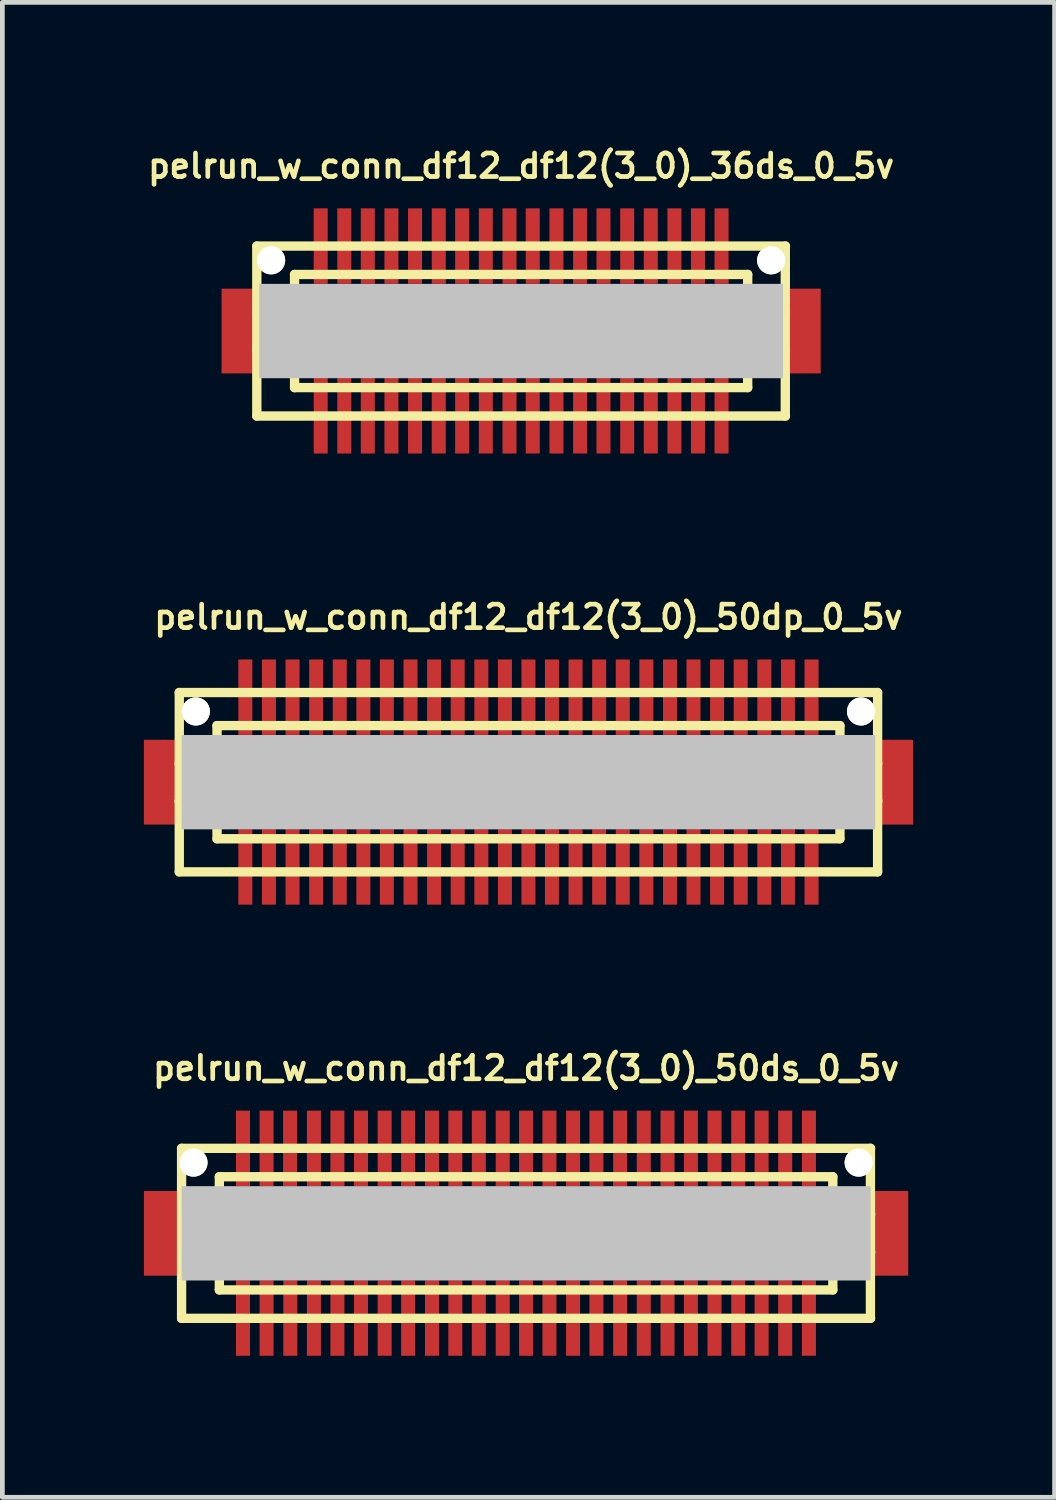
<source format=kicad_pcb>
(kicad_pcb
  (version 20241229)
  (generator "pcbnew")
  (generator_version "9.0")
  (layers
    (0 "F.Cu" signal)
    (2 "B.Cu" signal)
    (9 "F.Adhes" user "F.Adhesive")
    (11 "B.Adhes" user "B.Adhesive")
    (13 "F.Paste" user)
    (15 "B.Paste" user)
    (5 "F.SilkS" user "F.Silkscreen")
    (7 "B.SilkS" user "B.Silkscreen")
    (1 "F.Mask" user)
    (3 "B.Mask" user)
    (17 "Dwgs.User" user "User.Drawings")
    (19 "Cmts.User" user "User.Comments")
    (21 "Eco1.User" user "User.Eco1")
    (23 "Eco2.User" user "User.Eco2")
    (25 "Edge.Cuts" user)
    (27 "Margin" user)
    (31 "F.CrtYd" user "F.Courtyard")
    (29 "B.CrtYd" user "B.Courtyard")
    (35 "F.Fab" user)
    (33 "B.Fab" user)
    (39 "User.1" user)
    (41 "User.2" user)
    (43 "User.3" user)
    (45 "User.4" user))
  (footprint "pelrun_w_conn_df12_df12(3_0)_50ds_0_5v"
    (layer "F.Cu")
    (at 8.098 23.085)
    (property "Reference" "pelrun_w_conn_df12_df12(3_0)_50ds_0_5v" (at 0 -3.5 0) (layer "F.SilkS") (effects (font (size 0.498 0.498) (thickness 0.099))))
    (attr through_hole)
    (fp_line (start -7.3 1.801) (end -7.3 -1.801) (stroke (width 0.198) (type solid)) (layer "F.SilkS"))
    (fp_line (start -7.3 1.801) (end 7.3 1.801) (stroke (width 0.198) (type solid)) (layer "F.SilkS"))
    (fp_line (start -6.5 -1.199) (end 6.5 -1.199) (stroke (width 0.198) (type solid)) (layer "F.SilkS"))
    (fp_line (start -6.5 -0.701) (end 6.5 -0.701) (stroke (width 0.198) (type solid)) (layer "F.SilkS"))
    (fp_line (start -6.5 -0.399) (end -7.3 -0.399) (stroke (width 0.198) (type solid)) (layer "F.SilkS"))
    (fp_line (start -6.5 0.399) (end -7.3 0.399) (stroke (width 0.198) (type solid)) (layer "F.SilkS"))
    (fp_line (start -6.5 0.701) (end 6.5 0.701) (stroke (width 0.198) (type solid)) (layer "F.SilkS"))
    (fp_line (start -6.5 1.199) (end -6.5 -1.199) (stroke (width 0.198) (type solid)) (layer "F.SilkS"))
    (fp_line (start 6.5 -1.199) (end 6.5 1.199) (stroke (width 0.198) (type solid)) (layer "F.SilkS"))
    (fp_line (start 6.5 1.199) (end -6.5 1.199) (stroke (width 0.198) (type solid)) (layer "F.SilkS"))
    (fp_line (start 6.502 -0.399) (end 7.303 -0.399) (stroke (width 0.198) (type solid)) (layer "F.SilkS"))
    (fp_line (start 7.297 -1.801) (end 7.297 1.801) (stroke (width 0.198) (type solid)) (layer "F.SilkS"))
    (fp_line (start 7.3 -1.801) (end -7.3 -1.801) (stroke (width 0.198) (type solid)) (layer "F.SilkS"))
    (fp_line (start 7.303 0.399) (end 6.502 0.399) (stroke (width 0.198) (type solid)) (layer "F.SilkS"))
    (pad "" smd rect (at -7.699 0) (size 0.798 1.796) (layers "F.Cu" "F.Mask" "F.Paste"))
    (pad "" np_thru_hole circle (at -7.048 -1.499) (size 0.597 0.597) (drill 0.597) (layers "*.Cu" "*.Mask" "F.SilkS"))
    (pad "" smd rect (at 0 0) (size 14.6 1.999) (layers "Dwgs.User"))
    (pad "" np_thru_hole circle (at 7.048 -1.499) (size 0.597 0.597) (drill 0.597) (layers "*.Cu" "*.Mask" "F.SilkS"))
    (pad "" smd rect (at 7.699 0) (size 0.798 1.796) (layers "F.Cu" "F.Mask" "F.Paste"))
    (pad "1" smd rect (at -5.999 1.796) (size 0.297 1.598) (layers "F.Cu" "F.Mask" "F.Paste"))
    (pad "2" smd rect (at -5.499 1.796) (size 0.297 1.598) (layers "F.Cu" "F.Mask" "F.Paste"))
    (pad "3" smd rect (at -4.996 1.796) (size 0.297 1.598) (layers "F.Cu" "F.Mask" "F.Paste"))
    (pad "4" smd rect (at -4.496 1.796) (size 0.297 1.598) (layers "F.Cu" "F.Mask" "F.Paste"))
    (pad "5" smd rect (at -3.998 1.796) (size 0.297 1.598) (layers "F.Cu" "F.Mask" "F.Paste"))
    (pad "6" smd rect (at -3.498 1.796) (size 0.297 1.598) (layers "F.Cu" "F.Mask" "F.Paste"))
    (pad "7" smd rect (at -2.997 1.796) (size 0.297 1.598) (layers "F.Cu" "F.Mask" "F.Paste"))
    (pad "8" smd rect (at -2.499 1.796) (size 0.297 1.598) (layers "F.Cu" "F.Mask" "F.Paste"))
    (pad "9" smd rect (at -1.994 1.796) (size 0.297 1.598) (layers "F.Cu" "F.Mask" "F.Paste"))
    (pad "10" smd rect (at -1.499 1.796) (size 0.297 1.598) (layers "F.Cu" "F.Mask" "F.Paste"))
    (pad "11" smd rect (at -1.001 1.796) (size 0.297 1.598) (layers "F.Cu" "F.Mask" "F.Paste"))
    (pad "12" smd rect (at -0.495 1.796) (size 0.297 1.598) (layers "F.Cu" "F.Mask" "F.Paste"))
    (pad "13" smd rect (at 0 1.796) (size 0.297 1.598) (layers "F.Cu" "F.Mask" "F.Paste"))
    (pad "14" smd rect (at 0.495 1.796) (size 0.297 1.598) (layers "F.Cu" "F.Mask" "F.Paste"))
    (pad "15" smd rect (at 0.996 1.796) (size 0.297 1.598) (layers "F.Cu" "F.Mask" "F.Paste"))
    (pad "16" smd rect (at 1.491 1.796) (size 0.297 1.598) (layers "F.Cu" "F.Mask" "F.Paste"))
    (pad "17" smd rect (at 1.994 1.796) (size 0.297 1.598) (layers "F.Cu" "F.Mask" "F.Paste"))
    (pad "18" smd rect (at 2.494 1.796) (size 0.297 1.598) (layers "F.Cu" "F.Mask" "F.Paste"))
    (pad "19" smd rect (at 2.997 1.796) (size 0.297 1.598) (layers "F.Cu" "F.Mask" "F.Paste"))
    (pad "20" smd rect (at 3.493 1.796) (size 0.297 1.598) (layers "F.Cu" "F.Mask" "F.Paste"))
    (pad "21" smd rect (at 3.993 1.796) (size 0.297 1.598) (layers "F.Cu" "F.Mask" "F.Paste"))
    (pad "22" smd rect (at 4.496 1.796) (size 0.297 1.598) (layers "F.Cu" "F.Mask" "F.Paste"))
    (pad "23" smd rect (at 4.991 1.796) (size 0.297 1.598) (layers "F.Cu" "F.Mask" "F.Paste"))
    (pad "24" smd rect (at 5.491 1.796) (size 0.297 1.598) (layers "F.Cu" "F.Mask" "F.Paste"))
    (pad "25" smd rect (at 5.994 1.796) (size 0.297 1.598) (layers "F.Cu" "F.Mask" "F.Paste"))
    (pad "26" smd rect (at 5.994 -1.801) (size 0.297 1.598) (layers "F.Cu" "F.Mask" "F.Paste"))
    (pad "27" smd rect (at 5.491 -1.801) (size 0.297 1.598) (layers "F.Cu" "F.Mask" "F.Paste"))
    (pad "28" smd rect (at 4.991 -1.801) (size 0.297 1.598) (layers "F.Cu" "F.Mask" "F.Paste"))
    (pad "29" smd rect (at 4.496 -1.801) (size 0.297 1.598) (layers "F.Cu" "F.Mask" "F.Paste"))
    (pad "30" smd rect (at 3.993 -1.801) (size 0.297 1.598) (layers "F.Cu" "F.Mask" "F.Paste"))
    (pad "31" smd rect (at 3.493 -1.801) (size 0.297 1.598) (layers "F.Cu" "F.Mask" "F.Paste"))
    (pad "32" smd rect (at 2.997 -1.801) (size 0.297 1.598) (layers "F.Cu" "F.Mask" "F.Paste"))
    (pad "33" smd rect (at 2.494 -1.801) (size 0.297 1.598) (layers "F.Cu" "F.Mask" "F.Paste"))
    (pad "34" smd rect (at 1.994 -1.801) (size 0.297 1.598) (layers "F.Cu" "F.Mask" "F.Paste"))
    (pad "35" smd rect (at 1.491 -1.801) (size 0.297 1.598) (layers "F.Cu" "F.Mask" "F.Paste"))
    (pad "36" smd rect (at 0.996 -1.801) (size 0.297 1.598) (layers "F.Cu" "F.Mask" "F.Paste"))
    (pad "37" smd rect (at 0.495 -1.801) (size 0.297 1.598) (layers "F.Cu" "F.Mask" "F.Paste"))
    (pad "38" smd rect (at 0 -1.801) (size 0.297 1.598) (layers "F.Cu" "F.Mask" "F.Paste"))
    (pad "39" smd rect (at -0.495 -1.801) (size 0.297 1.598) (layers "F.Cu" "F.Mask" "F.Paste"))
    (pad "40" smd rect (at -1.001 -1.801) (size 0.297 1.598) (layers "F.Cu" "F.Mask" "F.Paste"))
    (pad "41" smd rect (at -1.499 -1.801) (size 0.297 1.598) (layers "F.Cu" "F.Mask" "F.Paste"))
    (pad "42" smd rect (at -1.994 -1.801) (size 0.297 1.598) (layers "F.Cu" "F.Mask" "F.Paste"))
    (pad "43" smd rect (at -2.499 -1.801) (size 0.297 1.598) (layers "F.Cu" "F.Mask" "F.Paste"))
    (pad "44" smd rect (at -2.997 -1.801) (size 0.297 1.598) (layers "F.Cu" "F.Mask" "F.Paste"))
    (pad "45" smd rect (at -3.498 -1.801) (size 0.297 1.598) (layers "F.Cu" "F.Mask" "F.Paste"))
    (pad "46" smd rect (at -3.998 -1.801) (size 0.297 1.598) (layers "F.Cu" "F.Mask" "F.Paste"))
    (pad "47" smd rect (at -4.496 -1.801) (size 0.297 1.598) (layers "F.Cu" "F.Mask" "F.Paste"))
    (pad "48" smd rect (at -5.001 -1.801) (size 0.297 1.598) (layers "F.Cu" "F.Mask" "F.Paste"))
    (pad "49" smd rect (at -5.499 -1.801) (size 0.297 1.598) (layers "F.Cu" "F.Mask" "F.Paste"))
    (pad "50" smd rect (at -5.999 -1.801) (size 0.297 1.598) (layers "F.Cu" "F.Mask" "F.Paste")))
  (footprint "pelrun_w_conn_df12_df12(3_0)_50dp_0_5v"
    (layer "F.Cu")
    (at 8.148 13.525)
    (property "Reference" "pelrun_w_conn_df12_df12(3_0)_50dp_0_5v" (at 0 -3.5 0) (layer "F.SilkS") (effects (font (size 0.498 0.498) (thickness 0.099))))
    (attr through_hole)
    (fp_line (start -7.399 -1.9) (end -7.399 1.9) (stroke (width 0.198) (type solid)) (layer "F.SilkS"))
    (fp_line (start -7.399 1.9) (end 7.399 1.9) (stroke (width 0.198) (type solid)) (layer "F.SilkS"))
    (fp_line (start -6.601 -0.399) (end -7.402 -0.399) (stroke (width 0.198) (type solid)) (layer "F.SilkS"))
    (fp_line (start -6.601 0.399) (end -7.402 0.399) (stroke (width 0.198) (type solid)) (layer "F.SilkS"))
    (fp_line (start -6.599 -1.199) (end 6.599 -1.199) (stroke (width 0.198) (type solid)) (layer "F.SilkS"))
    (fp_line (start -6.599 1.199) (end -6.599 -1.199) (stroke (width 0.198) (type solid)) (layer "F.SilkS"))
    (fp_line (start 6.599 1.199) (end -6.599 1.199) (stroke (width 0.198) (type solid)) (layer "F.SilkS"))
    (fp_line (start 6.601 -1.199) (end 6.601 1.199) (stroke (width 0.198) (type solid)) (layer "F.SilkS"))
    (fp_line (start 6.601 -0.399) (end 7.402 -0.399) (stroke (width 0.198) (type solid)) (layer "F.SilkS"))
    (fp_line (start 7.399 -1.9) (end -7.399 -1.9) (stroke (width 0.198) (type solid)) (layer "F.SilkS"))
    (fp_line (start 7.399 1.9) (end 7.399 -1.9) (stroke (width 0.198) (type solid)) (layer "F.SilkS"))
    (fp_line (start 7.404 0.399) (end 6.604 0.399) (stroke (width 0.198) (type solid)) (layer "F.SilkS"))
    (pad "" smd rect (at -7.75 0) (size 0.798 1.796) (layers "F.Cu" "F.Mask" "F.Paste"))
    (pad "" np_thru_hole circle (at -7.048 -1.499) (size 0.597 0.597) (drill 0.597) (layers "*.Cu" "*.Mask" "F.SilkS"))
    (pad "" smd rect (at 0 0) (size 14.699 1.999) (layers "Dwgs.User"))
    (pad "" np_thru_hole circle (at 7.048 -1.499) (size 0.597 0.597) (drill 0.597) (layers "*.Cu" "*.Mask" "F.SilkS"))
    (pad "" smd rect (at 7.75 0) (size 0.798 1.796) (layers "F.Cu" "F.Mask" "F.Paste"))
    (pad "1" smd rect (at 5.999 1.796) (size 0.297 1.598) (layers "F.Cu" "F.Mask" "F.Paste"))
    (pad "2" smd rect (at 5.499 1.796) (size 0.297 1.598) (layers "F.Cu" "F.Mask" "F.Paste"))
    (pad "3" smd rect (at 4.999 1.796) (size 0.297 1.598) (layers "F.Cu" "F.Mask" "F.Paste"))
    (pad "4" smd rect (at 4.498 1.796) (size 0.297 1.598) (layers "F.Cu" "F.Mask" "F.Paste"))
    (pad "5" smd rect (at 3.998 1.796) (size 0.297 1.598) (layers "F.Cu" "F.Mask" "F.Paste"))
    (pad "6" smd rect (at 3.498 1.796) (size 0.297 1.598) (layers "F.Cu" "F.Mask" "F.Paste"))
    (pad "7" smd rect (at 3 1.796) (size 0.297 1.598) (layers "F.Cu" "F.Mask" "F.Paste"))
    (pad "8" smd rect (at 2.499 1.796) (size 0.297 1.598) (layers "F.Cu" "F.Mask" "F.Paste"))
    (pad "9" smd rect (at 1.999 1.796) (size 0.297 1.598) (layers "F.Cu" "F.Mask" "F.Paste"))
    (pad "10" smd rect (at 1.499 1.796) (size 0.297 1.598) (layers "F.Cu" "F.Mask" "F.Paste"))
    (pad "11" smd rect (at 0.998 1.796) (size 0.297 1.598) (layers "F.Cu" "F.Mask" "F.Paste"))
    (pad "12" smd rect (at 0.498 1.796) (size 0.297 1.598) (layers "F.Cu" "F.Mask" "F.Paste"))
    (pad "13" smd rect (at 0 1.796) (size 0.297 1.598) (layers "F.Cu" "F.Mask" "F.Paste"))
    (pad "14" smd rect (at -0.498 1.796) (size 0.297 1.598) (layers "F.Cu" "F.Mask" "F.Paste"))
    (pad "15" smd rect (at -0.998 1.796) (size 0.297 1.598) (layers "F.Cu" "F.Mask" "F.Paste"))
    (pad "16" smd rect (at -1.499 1.796) (size 0.297 1.598) (layers "F.Cu" "F.Mask" "F.Paste"))
    (pad "17" smd rect (at -1.999 1.796) (size 0.297 1.598) (layers "F.Cu" "F.Mask" "F.Paste"))
    (pad "18" smd rect (at -2.499 1.796) (size 0.297 1.598) (layers "F.Cu" "F.Mask" "F.Paste"))
    (pad "19" smd rect (at -3 1.796) (size 0.297 1.598) (layers "F.Cu" "F.Mask" "F.Paste"))
    (pad "20" smd rect (at -3.498 1.796) (size 0.297 1.598) (layers "F.Cu" "F.Mask" "F.Paste"))
    (pad "21" smd rect (at -3.998 1.796) (size 0.297 1.598) (layers "F.Cu" "F.Mask" "F.Paste"))
    (pad "22" smd rect (at -4.498 1.796) (size 0.297 1.598) (layers "F.Cu" "F.Mask" "F.Paste"))
    (pad "23" smd rect (at -4.999 1.796) (size 0.297 1.598) (layers "F.Cu" "F.Mask" "F.Paste"))
    (pad "24" smd rect (at -5.499 1.796) (size 0.297 1.598) (layers "F.Cu" "F.Mask" "F.Paste"))
    (pad "25" smd rect (at -5.999 1.796) (size 0.297 1.598) (layers "F.Cu" "F.Mask" "F.Paste"))
    (pad "26" smd rect (at -5.999 -1.801) (size 0.297 1.598) (layers "F.Cu" "F.Mask" "F.Paste"))
    (pad "27" smd rect (at -5.499 -1.801) (size 0.297 1.598) (layers "F.Cu" "F.Mask" "F.Paste"))
    (pad "28" smd rect (at -4.999 -1.801) (size 0.297 1.598) (layers "F.Cu" "F.Mask" "F.Paste"))
    (pad "29" smd rect (at -4.498 -1.801) (size 0.297 1.598) (layers "F.Cu" "F.Mask" "F.Paste"))
    (pad "30" smd rect (at -3.998 -1.801) (size 0.297 1.598) (layers "F.Cu" "F.Mask" "F.Paste"))
    (pad "31" smd rect (at -3.498 -1.801) (size 0.297 1.598) (layers "F.Cu" "F.Mask" "F.Paste"))
    (pad "32" smd rect (at -3 -1.801) (size 0.297 1.598) (layers "F.Cu" "F.Mask" "F.Paste"))
    (pad "33" smd rect (at -2.499 -1.801) (size 0.297 1.598) (layers "F.Cu" "F.Mask" "F.Paste"))
    (pad "34" smd rect (at -1.999 -1.801) (size 0.297 1.598) (layers "F.Cu" "F.Mask" "F.Paste"))
    (pad "35" smd rect (at -1.499 -1.801) (size 0.297 1.598) (layers "F.Cu" "F.Mask" "F.Paste"))
    (pad "36" smd rect (at -0.998 -1.801) (size 0.297 1.598) (layers "F.Cu" "F.Mask" "F.Paste"))
    (pad "37" smd rect (at -0.498 -1.801) (size 0.297 1.598) (layers "F.Cu" "F.Mask" "F.Paste"))
    (pad "38" smd rect (at 0 -1.801) (size 0.297 1.598) (layers "F.Cu" "F.Mask" "F.Paste"))
    (pad "39" smd rect (at 0.498 -1.801) (size 0.297 1.598) (layers "F.Cu" "F.Mask" "F.Paste"))
    (pad "40" smd rect (at 0.998 -1.801) (size 0.297 1.598) (layers "F.Cu" "F.Mask" "F.Paste"))
    (pad "41" smd rect (at 1.499 -1.801) (size 0.297 1.598) (layers "F.Cu" "F.Mask" "F.Paste"))
    (pad "42" smd rect (at 1.999 -1.801) (size 0.297 1.598) (layers "F.Cu" "F.Mask" "F.Paste"))
    (pad "43" smd rect (at 2.499 -1.801) (size 0.297 1.598) (layers "F.Cu" "F.Mask" "F.Paste"))
    (pad "44" smd rect (at 3 -1.801) (size 0.297 1.598) (layers "F.Cu" "F.Mask" "F.Paste"))
    (pad "45" smd rect (at 3.498 -1.801) (size 0.297 1.598) (layers "F.Cu" "F.Mask" "F.Paste"))
    (pad "46" smd rect (at 3.998 -1.801) (size 0.297 1.598) (layers "F.Cu" "F.Mask" "F.Paste"))
    (pad "47" smd rect (at 4.498 -1.801) (size 0.297 1.598) (layers "F.Cu" "F.Mask" "F.Paste"))
    (pad "48" smd rect (at 4.999 -1.801) (size 0.297 1.598) (layers "F.Cu" "F.Mask" "F.Paste"))
    (pad "49" smd rect (at 5.499 -1.801) (size 0.297 1.598) (layers "F.Cu" "F.Mask" "F.Paste"))
    (pad "50" smd rect (at 5.999 -1.801) (size 0.297 1.598) (layers "F.Cu" "F.Mask" "F.Paste")))
  (footprint "pelrun_w_conn_df12_df12(3_0)_36ds_0_5v"
    (layer "F.Cu")
    (at 7.993 3.965)
    (property "Reference" "pelrun_w_conn_df12_df12(3_0)_36ds_0_5v" (at 0 -3.5 0) (layer "F.SilkS") (effects (font (size 0.498 0.498) (thickness 0.099))))
    (attr through_hole)
    (fp_line (start -5.601 -1.801) (end 5.601 -1.801) (stroke (width 0.198) (type solid)) (layer "F.SilkS"))
    (fp_line (start -5.601 1.801) (end -5.601 -1.801) (stroke (width 0.198) (type solid)) (layer "F.SilkS"))
    (fp_line (start -5.601 1.801) (end 5.601 1.801) (stroke (width 0.198) (type solid)) (layer "F.SilkS"))
    (fp_line (start -4.801 -1.199) (end 4.801 -1.199) (stroke (width 0.198) (type solid)) (layer "F.SilkS"))
    (fp_line (start -4.801 -0.701) (end 4.801 -0.701) (stroke (width 0.198) (type solid)) (layer "F.SilkS"))
    (fp_line (start -4.801 -0.399) (end -5.601 -0.399) (stroke (width 0.198) (type solid)) (layer "F.SilkS"))
    (fp_line (start -4.801 0.399) (end -5.601 0.399) (stroke (width 0.198) (type solid)) (layer "F.SilkS"))
    (fp_line (start -4.801 0.701) (end 4.801 0.701) (stroke (width 0.198) (type solid)) (layer "F.SilkS"))
    (fp_line (start -4.801 1.199) (end -4.801 -1.199) (stroke (width 0.198) (type solid)) (layer "F.SilkS"))
    (fp_line (start -4.801 1.199) (end 4.801 1.199) (stroke (width 0.198) (type solid)) (layer "F.SilkS"))
    (fp_line (start 4.801 -1.199) (end 4.801 1.199) (stroke (width 0.198) (type solid)) (layer "F.SilkS"))
    (fp_line (start 4.801 -0.399) (end 5.601 -0.399) (stroke (width 0.198) (type solid)) (layer "F.SilkS"))
    (fp_line (start 5.598 -1.801) (end 5.598 1.801) (stroke (width 0.198) (type solid)) (layer "F.SilkS"))
    (fp_line (start 5.601 0.399) (end 4.801 0.399) (stroke (width 0.198) (type solid)) (layer "F.SilkS"))
    (pad "" smd rect (at -5.949 0) (size 0.798 1.796) (layers "F.Cu" "F.Mask" "F.Paste"))
    (pad "" np_thru_hole circle (at -5.298 -1.499) (size 0.597 0.597) (drill 0.597) (layers "*.Cu" "*.Mask" "F.SilkS"))
    (pad "" smd rect (at 0 0) (size 11.1 1.999) (layers "Dwgs.User"))
    (pad "" np_thru_hole circle (at 5.298 -1.499) (size 0.597 0.597) (drill 0.597) (layers "*.Cu" "*.Mask" "F.SilkS"))
    (pad "" smd rect (at 5.949 0) (size 0.798 1.796) (layers "F.Cu" "F.Mask" "F.Paste"))
    (pad "1" smd rect (at -4.247 1.796) (size 0.297 1.598) (layers "F.Cu" "F.Mask" "F.Paste"))
    (pad "2" smd rect (at -3.747 1.796) (size 0.297 1.598) (layers "F.Cu" "F.Mask" "F.Paste"))
    (pad "3" smd rect (at -3.249 1.796) (size 0.297 1.598) (layers "F.Cu" "F.Mask" "F.Paste"))
    (pad "4" smd rect (at -2.748 1.796) (size 0.297 1.598) (layers "F.Cu" "F.Mask" "F.Paste"))
    (pad "5" smd rect (at -2.248 1.796) (size 0.297 1.598) (layers "F.Cu" "F.Mask" "F.Paste"))
    (pad "6" smd rect (at -1.745 1.796) (size 0.297 1.598) (layers "F.Cu" "F.Mask" "F.Paste"))
    (pad "7" smd rect (at -1.25 1.796) (size 0.297 1.598) (layers "F.Cu" "F.Mask" "F.Paste"))
    (pad "8" smd rect (at -0.749 1.796) (size 0.297 1.598) (layers "F.Cu" "F.Mask" "F.Paste"))
    (pad "9" smd rect (at -0.246 1.796) (size 0.297 1.598) (layers "F.Cu" "F.Mask" "F.Paste"))
    (pad "10" smd rect (at 0.246 1.796) (size 0.297 1.598) (layers "F.Cu" "F.Mask" "F.Paste"))
    (pad "11" smd rect (at 0.749 1.796) (size 0.297 1.598) (layers "F.Cu" "F.Mask" "F.Paste"))
    (pad "12" smd rect (at 1.25 1.796) (size 0.297 1.598) (layers "F.Cu" "F.Mask" "F.Paste"))
    (pad "13" smd rect (at 1.745 1.796) (size 0.297 1.598) (layers "F.Cu" "F.Mask" "F.Paste"))
    (pad "14" smd rect (at 2.248 1.796) (size 0.297 1.598) (layers "F.Cu" "F.Mask" "F.Paste"))
    (pad "15" smd rect (at 2.748 1.796) (size 0.297 1.598) (layers "F.Cu" "F.Mask" "F.Paste"))
    (pad "16" smd rect (at 3.249 1.796) (size 0.297 1.598) (layers "F.Cu" "F.Mask" "F.Paste"))
    (pad "17" smd rect (at 3.747 1.796) (size 0.297 1.598) (layers "F.Cu" "F.Mask" "F.Paste"))
    (pad "18" smd rect (at 4.247 1.796) (size 0.297 1.598) (layers "F.Cu" "F.Mask" "F.Paste"))
    (pad "19" smd rect (at 4.247 -1.801) (size 0.297 1.598) (layers "F.Cu" "F.Mask" "F.Paste"))
    (pad "20" smd rect (at 3.747 -1.801) (size 0.297 1.598) (layers "F.Cu" "F.Mask" "F.Paste"))
    (pad "21" smd rect (at 3.249 -1.801) (size 0.297 1.598) (layers "F.Cu" "F.Mask" "F.Paste"))
    (pad "22" smd rect (at 2.748 -1.801) (size 0.297 1.598) (layers "F.Cu" "F.Mask" "F.Paste"))
    (pad "23" smd rect (at 2.248 -1.801) (size 0.297 1.598) (layers "F.Cu" "F.Mask" "F.Paste"))
    (pad "24" smd rect (at 1.745 -1.801) (size 0.297 1.598) (layers "F.Cu" "F.Mask" "F.Paste"))
    (pad "25" smd rect (at 1.25 -1.801) (size 0.297 1.598) (layers "F.Cu" "F.Mask" "F.Paste"))
    (pad "26" smd rect (at 0.749 -1.801) (size 0.297 1.598) (layers "F.Cu" "F.Mask" "F.Paste"))
    (pad "27" smd rect (at 0.246 -1.801) (size 0.297 1.598) (layers "F.Cu" "F.Mask" "F.Paste"))
    (pad "28" smd rect (at -0.246 -1.801) (size 0.297 1.598) (layers "F.Cu" "F.Mask" "F.Paste"))
    (pad "29" smd rect (at -0.749 -1.801) (size 0.297 1.598) (layers "F.Cu" "F.Mask" "F.Paste"))
    (pad "30" smd rect (at -1.25 -1.801) (size 0.297 1.598) (layers "F.Cu" "F.Mask" "F.Paste"))
    (pad "31" smd rect (at -1.745 -1.801) (size 0.297 1.598) (layers "F.Cu" "F.Mask" "F.Paste"))
    (pad "32" smd rect (at -2.248 -1.801) (size 0.297 1.598) (layers "F.Cu" "F.Mask" "F.Paste"))
    (pad "33" smd rect (at -2.748 -1.801) (size 0.297 1.598) (layers "F.Cu" "F.Mask" "F.Paste"))
    (pad "34" smd rect (at -3.249 -1.801) (size 0.297 1.598) (layers "F.Cu" "F.Mask" "F.Paste"))
    (pad "35" smd rect (at -3.747 -1.801) (size 0.297 1.598) (layers "F.Cu" "F.Mask" "F.Paste"))
    (pad "36" smd rect (at -4.247 -1.801) (size 0.297 1.598) (layers "F.Cu" "F.Mask" "F.Paste")))
  (gr_rect
    (start -3 -3)
    (end 19.297 28.679)
    (stroke (width 0.1) (type default))
    (fill no)
    (layer "Edge.Cuts")))
</source>
